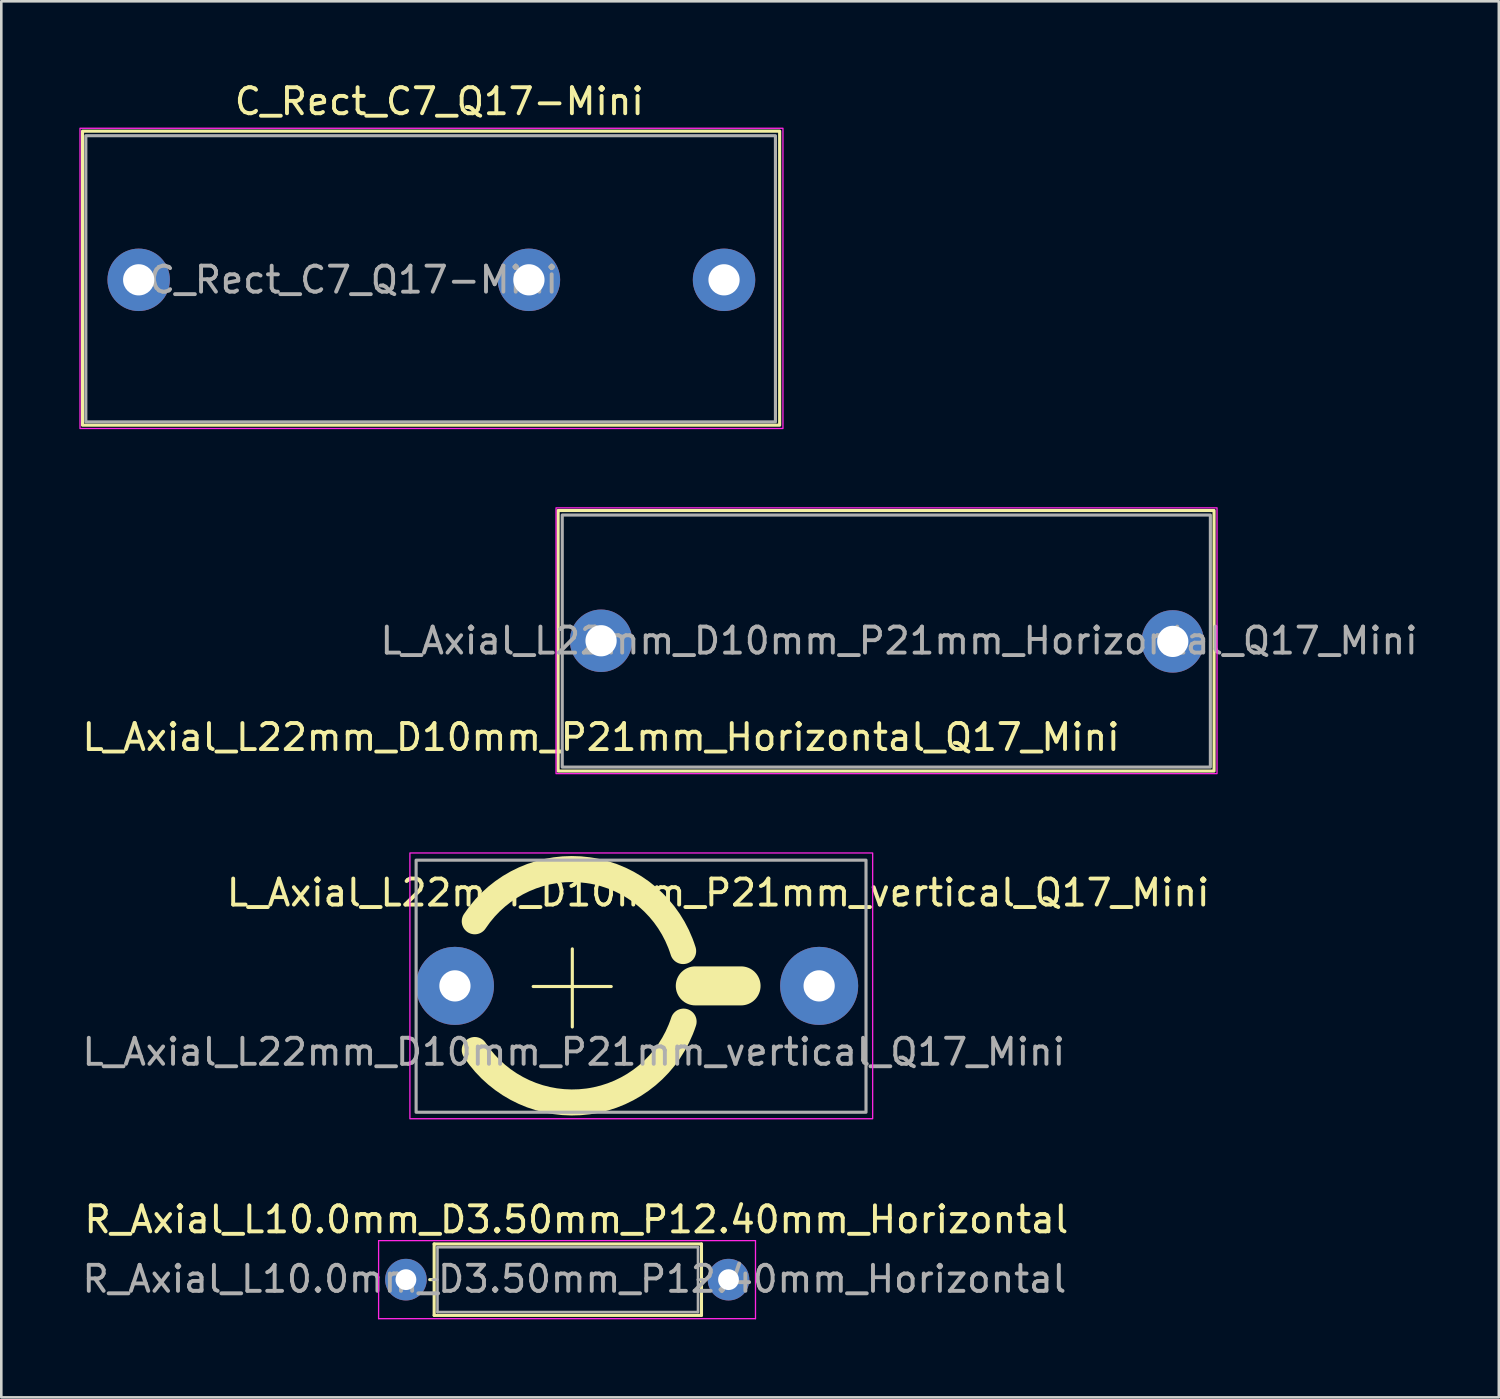
<source format=kicad_pcb>
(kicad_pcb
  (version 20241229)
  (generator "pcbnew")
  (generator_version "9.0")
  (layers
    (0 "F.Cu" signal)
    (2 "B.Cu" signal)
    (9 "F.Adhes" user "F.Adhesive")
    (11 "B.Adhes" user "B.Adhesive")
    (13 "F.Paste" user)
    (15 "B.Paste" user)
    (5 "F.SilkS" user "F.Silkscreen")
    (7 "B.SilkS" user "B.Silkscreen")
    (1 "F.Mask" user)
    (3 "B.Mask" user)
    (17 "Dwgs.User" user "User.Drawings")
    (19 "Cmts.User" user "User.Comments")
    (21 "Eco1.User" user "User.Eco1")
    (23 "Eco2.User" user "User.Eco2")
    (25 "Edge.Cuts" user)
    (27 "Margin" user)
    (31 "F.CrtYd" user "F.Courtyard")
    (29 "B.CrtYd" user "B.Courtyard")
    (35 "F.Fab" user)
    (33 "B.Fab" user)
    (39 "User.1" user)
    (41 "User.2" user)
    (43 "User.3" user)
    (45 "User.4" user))
  (footprint "R_Axial_L10.0mm_D3.50mm_P12.40mm_Horizontal"
    (layer "F.Cu")
    (at 12.553 46.138)
    (property "Reference" "R_Axial_L10.0mm_D3.50mm_P12.40mm_Horizontal" (at 6.553 -2.311 0) (layer "F.SilkS") (effects (font (size 1 1) (thickness 0.15))))
    (attr through_hole)
    (fp_line (start 0.914 0) (end 1.086 0) (stroke (width 0.12) (type solid)) (layer "F.SilkS"))
    (fp_line (start 1.086 -1.372) (end 1.086 1.372) (stroke (width 0.12) (type solid)) (layer "F.SilkS"))
    (fp_line (start 1.086 1.372) (end 11.36 1.372) (stroke (width 0.12) (type solid)) (layer "F.SilkS"))
    (fp_line (start 11.36 -1.372) (end 1.086 -1.372) (stroke (width 0.12) (type solid)) (layer "F.SilkS"))
    (fp_line (start 11.36 0) (end 11.506 0) (stroke (width 0.12) (type solid)) (layer "F.SilkS"))
    (fp_line (start 11.36 1.372) (end 11.36 -1.372) (stroke (width 0.12) (type solid)) (layer "F.SilkS"))
    (fp_line (start -1.05 -1.5) (end -1.05 1.5) (stroke (width 0.05) (type solid)) (layer "F.CrtYd"))
    (fp_line (start -1.05 1.5) (end 13.437 1.5) (stroke (width 0.05) (type solid)) (layer "F.CrtYd"))
    (fp_line (start 13.437 -1.5) (end -1.05 -1.5) (stroke (width 0.05) (type solid)) (layer "F.CrtYd"))
    (fp_line (start 13.437 1.5) (end 13.437 -1.5) (stroke (width 0.05) (type solid)) (layer "F.CrtYd"))
    (fp_line (start 1.023 0) (end 1.213 0) (stroke (width 0.1) (type solid)) (layer "F.Fab"))
    (fp_line (start 1.213 -1.245) (end 1.213 1.245) (stroke (width 0.1) (type solid)) (layer "F.Fab"))
    (fp_line (start 1.213 1.245) (end 11.227 1.245) (stroke (width 0.1) (type solid)) (layer "F.Fab"))
    (fp_line (start 11.227 -1.245) (end 1.213 -1.245) (stroke (width 0.1) (type solid)) (layer "F.Fab"))
    (fp_line (start 11.227 1.245) (end 11.227 -1.245) (stroke (width 0.1) (type solid)) (layer "F.Fab"))
    (fp_line (start 11.436 0) (end 11.22 0) (stroke (width 0.1) (type solid)) (layer "F.Fab"))
    (fp_text user "${REFERENCE}" (at 6.477 -0.025 0) (layer "F.Fab") (effects (font (size 1 1) (thickness 0.15))))
    (pad "1" thru_hole circle (at 0 0) (size 1.6 1.6) (drill 0.8) (layers "*.Cu" "*.Mask"))
    (pad "2" thru_hole oval (at 12.4 0) (size 1.6 1.6) (drill 0.8) (layers "*.Cu" "*.Mask")))
  (footprint "C_Rect_C7_Q17-Mini"
    (layer "F.Cu")
    (at 2.281 7.706)
    (property "Reference" "C_Rect_C7_Q17-Mini" (at 11.557 -6.858 0) (layer "F.SilkS") (effects (font (size 1 1) (thickness 0.15))))
    (attr through_hole)
    (fp_rect (start -2.159 -5.715) (end 24.638 5.588) (stroke (width 0.12) (type solid)) (fill no) (layer "F.SilkS"))
    (fp_rect (start -2.256 -5.826) (end 24.765 5.715) (stroke (width 0.05) (type solid)) (fill no) (layer "F.CrtYd"))
    (fp_rect (start -2.032 -5.539) (end 24.476 5.461) (stroke (width 0.12) (type solid)) (fill no) (layer "F.Fab"))
    (fp_text user "${REFERENCE}" (at 8.255 0 0) (layer "F.Fab") (effects (font (size 1 1) (thickness 0.15))))
    (pad "1" thru_hole circle (at 0 0) (size 2.4 2.4) (drill 1.2) (layers "*.Cu" "*.Mask"))
    (pad "2" thru_hole circle (at 22.5 0) (size 2.4 2.4) (drill 1.2) (layers "*.Cu" "*.Mask"))
    (pad "3" thru_hole circle (at 15 0 180) (size 2.4 2.4) (drill 1.2) (layers "*.Cu" "*.Mask")))
  (footprint "L_Axial_L22mm_D10mm_P21mm_Horizontal_Q17_Mini"
    (layer "F.Cu")
    (at 20.054 21.58)
    (property "Reference" "L_Axial_L22mm_D10mm_P21mm_Horizontal_Q17_Mini" (at 0 3.708 0) (layer "F.SilkS") (effects (font (size 1 1) (thickness 0.15))))
    (attr through_hole)
    (fp_rect (start -1.651 -5.008) (end 23.563 5.008) (stroke (width 0.12) (type solid)) (fill no) (layer "F.SilkS"))
    (fp_rect (start -1.731 5.107) (end 23.677 -5.109) (stroke (width 0.05) (type solid)) (fill no) (layer "F.CrtYd"))
    (fp_rect (start -1.492 -4.833) (end 23.421 4.857) (stroke (width 0.12) (type solid)) (fill no) (layer "F.Fab"))
    (fp_text user "${REFERENCE}" (at 11.455 0 0) (layer "F.Fab") (effects (font (size 1 1) (thickness 0.15))))
    (pad "1" thru_hole circle (at 0 0) (size 2.4 2.4) (drill 1.2) (layers "*.Cu" "*.Mask"))
    (pad "2" thru_hole circle (at 21.975 0.025) (size 2.4 2.4) (drill 1.2) (layers "*.Cu" "*.Mask")))
  (footprint "L_Axial_L22mm_D10mm_P21mm_vertical_Q17_Mini"
    (layer "F.Cu")
    (at 14.437 34.846)
    (property "Reference" "L_Axial_L22mm_D10mm_P21mm_vertical_Q17_Mini" (at 10.119 -3.581 0) (layer "F.SilkS") (effects (font (size 1 1) (thickness 0.15))))
    (attr through_hole)
    (fp_line (start 3.008 0.024) (end 6.008 0.024) (stroke (width 0.12) (type solid)) (layer "F.SilkS"))
    (fp_line (start 4.512 1.579) (end 4.512 -1.422) (stroke (width 0.12) (type solid)) (layer "F.SilkS"))
    (fp_line (start 9.239 0) (end 10.998 0) (stroke (width 1.5) (type solid)) (layer "F.SilkS"))
    (fp_arc (start 0.761797 -2.482441) (mid 5.129446 -4.446289) (end 8.772512 -1.338053) (stroke (width 1) (type solid)) (layer "F.SilkS"))
    (fp_arc (start 8.790118 1.373265) (mid 5.118827 4.440795) (end 0.761797 2.464835) (stroke (width 1) (type solid)) (layer "F.SilkS"))
    (fp_rect (start -1.731 5.107) (end 16.057 -5.109) (stroke (width 0.05) (type solid)) (fill no) (layer "F.CrtYd"))
    (fp_rect (start -1.492 -4.833) (end 15.801 4.857) (stroke (width 0.12) (type solid)) (fill no) (layer "F.Fab"))
    (fp_circle (center 4.5 0.016) (end 8.995 0.016) (stroke (width 0.05) (type solid)) (fill no) (layer "User.2"))
    (fp_circle (center 4.5 0.016) (end 8.5 0.016) (stroke (width 0.05) (type solid)) (fill no) (layer "User.4"))
    (fp_text user "${REFERENCE}" (at 4.569 2.54 0) (layer "F.Fab") (effects (font (size 1 1) (thickness 0.15))))
    (pad "1" thru_hole circle (at 0 0) (size 3 3) (drill 1.2) (layers "*.Cu" "*.Mask"))
    (pad "2" thru_hole circle (at 14 0) (size 3 3) (drill 1.2) (layers "*.Cu" "*.Mask")))
  (gr_rect
    (start -3 -3)
    (end 54.563 50.663)
    (stroke (width 0.1) (type default))
    (fill no)
    (layer "Edge.Cuts")))
</source>
